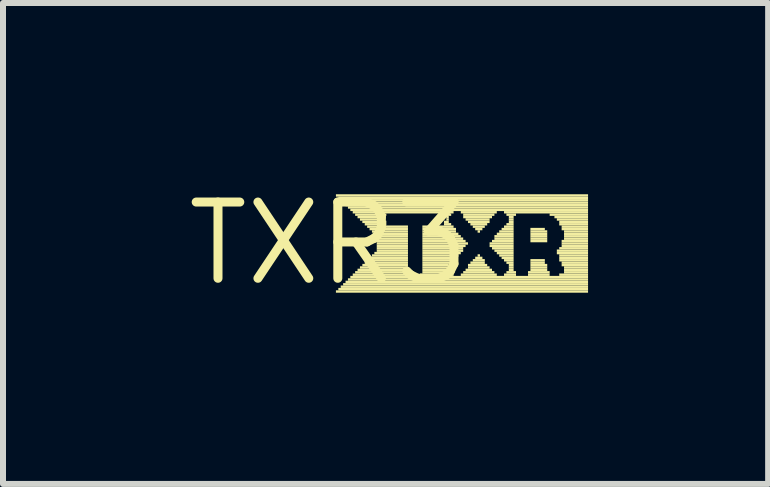
<source format=kicad_pcb>
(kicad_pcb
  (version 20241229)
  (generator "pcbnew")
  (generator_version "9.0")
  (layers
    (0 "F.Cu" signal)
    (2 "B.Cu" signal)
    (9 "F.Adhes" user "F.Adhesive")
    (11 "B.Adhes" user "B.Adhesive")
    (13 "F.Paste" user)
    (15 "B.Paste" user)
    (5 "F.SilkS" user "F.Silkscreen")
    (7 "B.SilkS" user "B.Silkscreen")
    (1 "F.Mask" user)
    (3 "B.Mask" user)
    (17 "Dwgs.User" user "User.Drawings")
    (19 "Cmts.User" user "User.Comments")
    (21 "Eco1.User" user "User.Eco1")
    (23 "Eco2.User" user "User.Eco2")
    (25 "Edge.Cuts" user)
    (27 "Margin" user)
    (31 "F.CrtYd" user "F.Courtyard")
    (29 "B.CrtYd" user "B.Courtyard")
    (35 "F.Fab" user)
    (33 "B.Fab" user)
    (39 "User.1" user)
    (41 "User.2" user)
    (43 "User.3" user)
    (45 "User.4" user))
  (footprint "TXR3"
    (layer "F.Cu")
    (at 2.426 1.006)
    (property "Reference" "TXR3" (at 0 0 0) (layer "F.SilkS") (effects (font (size 1.27 1.27) (thickness 0.15))))
    (attr through_hole)
    (fp_poly (pts (xy 0.12 -0.78) (xy 4.32 -0.78) (xy 4.32 -0.82) (xy 0.12 -0.82)) (stroke (width 0) (type solid)) (fill yes) (layer "F.SilkS"))
    (fp_poly (pts (xy 0.12 0.82) (xy 4.32 0.82) (xy 4.32 0.78) (xy 0.12 0.78)) (stroke (width 0) (type solid)) (fill yes) (layer "F.SilkS"))
    (fp_poly (pts (xy 0.16 -0.74) (xy 4.32 -0.74) (xy 4.32 -0.78) (xy 0.16 -0.78)) (stroke (width 0) (type solid)) (fill yes) (layer "F.SilkS"))
    (fp_poly (pts (xy 0.16 0.78) (xy 4.32 0.78) (xy 4.32 0.74) (xy 0.16 0.74)) (stroke (width 0) (type solid)) (fill yes) (layer "F.SilkS"))
    (fp_poly (pts (xy 0.2 -0.7) (xy 4.32 -0.7) (xy 4.32 -0.74) (xy 0.2 -0.74)) (stroke (width 0) (type solid)) (fill yes) (layer "F.SilkS"))
    (fp_poly (pts (xy 0.2 0.74) (xy 4.32 0.74) (xy 4.32 0.7) (xy 0.2 0.7)) (stroke (width 0) (type solid)) (fill yes) (layer "F.SilkS"))
    (fp_poly (pts (xy 0.24 -0.66) (xy 4.32 -0.66) (xy 4.32 -0.7) (xy 0.24 -0.7)) (stroke (width 0) (type solid)) (fill yes) (layer "F.SilkS"))
    (fp_poly (pts (xy 0.24 0.7) (xy 4.32 0.7) (xy 4.32 0.66) (xy 0.24 0.66)) (stroke (width 0) (type solid)) (fill yes) (layer "F.SilkS"))
    (fp_poly (pts (xy 0.28 -0.62) (xy 4.32 -0.62) (xy 4.32 -0.66) (xy 0.28 -0.66)) (stroke (width 0) (type solid)) (fill yes) (layer "F.SilkS"))
    (fp_poly (pts (xy 0.28 0.66) (xy 4.32 0.66) (xy 4.32 0.62) (xy 0.28 0.62)) (stroke (width 0) (type solid)) (fill yes) (layer "F.SilkS"))
    (fp_poly (pts (xy 0.32 -0.58) (xy 4.32 -0.58) (xy 4.32 -0.62) (xy 0.32 -0.62)) (stroke (width 0) (type solid)) (fill yes) (layer "F.SilkS"))
    (fp_poly (pts (xy 0.32 0.62) (xy 4.32 0.62) (xy 4.32 0.58) (xy 0.32 0.58)) (stroke (width 0) (type solid)) (fill yes) (layer "F.SilkS"))
    (fp_poly (pts (xy 0.36 -0.54) (xy 4.32 -0.54) (xy 4.32 -0.58) (xy 0.36 -0.58)) (stroke (width 0) (type solid)) (fill yes) (layer "F.SilkS"))
    (fp_poly (pts (xy 0.36 0.58) (xy 4.32 0.58) (xy 4.32 0.54) (xy 0.36 0.54)) (stroke (width 0) (type solid)) (fill yes) (layer "F.SilkS"))
    (fp_poly (pts (xy 0.4 -0.5) (xy 2.08 -0.5) (xy 2.08 -0.54) (xy 0.4 -0.54)) (stroke (width 0) (type solid)) (fill yes) (layer "F.SilkS"))
    (fp_poly (pts (xy 0.4 0.54) (xy 1.36 0.54) (xy 1.36 0.5) (xy 0.4 0.5)) (stroke (width 0) (type solid)) (fill yes) (layer "F.SilkS"))
    (fp_poly (pts (xy 0.44 -0.46) (xy 0.96 -0.46) (xy 0.96 -0.5) (xy 0.44 -0.5)) (stroke (width 0) (type solid)) (fill yes) (layer "F.SilkS"))
    (fp_poly (pts (xy 0.44 0.5) (xy 1.32 0.5) (xy 1.32 0.46) (xy 0.44 0.46)) (stroke (width 0) (type solid)) (fill yes) (layer "F.SilkS"))
    (fp_poly (pts (xy 0.48 -0.42) (xy 0.92 -0.42) (xy 0.92 -0.46) (xy 0.48 -0.46)) (stroke (width 0) (type solid)) (fill yes) (layer "F.SilkS"))
    (fp_poly (pts (xy 0.48 0.46) (xy 1.32 0.46) (xy 1.32 0.42) (xy 0.48 0.42)) (stroke (width 0) (type solid)) (fill yes) (layer "F.SilkS"))
    (fp_poly (pts (xy 0.52 -0.38) (xy 0.92 -0.38) (xy 0.92 -0.42) (xy 0.52 -0.42)) (stroke (width 0) (type solid)) (fill yes) (layer "F.SilkS"))
    (fp_poly (pts (xy 0.52 0.42) (xy 1.32 0.42) (xy 1.32 0.38) (xy 0.52 0.38)) (stroke (width 0) (type solid)) (fill yes) (layer "F.SilkS"))
    (fp_poly (pts (xy 0.56 -0.34) (xy 0.96 -0.34) (xy 0.96 -0.38) (xy 0.56 -0.38)) (stroke (width 0) (type solid)) (fill yes) (layer "F.SilkS"))
    (fp_poly (pts (xy 0.56 0.38) (xy 1.32 0.38) (xy 1.32 0.34) (xy 0.56 0.34)) (stroke (width 0) (type solid)) (fill yes) (layer "F.SilkS"))
    (fp_poly (pts (xy 0.6 -0.3) (xy 0.96 -0.3) (xy 0.96 -0.34) (xy 0.6 -0.34)) (stroke (width 0) (type solid)) (fill yes) (layer "F.SilkS"))
    (fp_poly (pts (xy 0.6 0.34) (xy 1.32 0.34) (xy 1.32 0.3) (xy 0.6 0.3)) (stroke (width 0) (type solid)) (fill yes) (layer "F.SilkS"))
    (fp_poly (pts (xy 0.64 -0.26) (xy 1.32 -0.26) (xy 1.32 -0.3) (xy 0.64 -0.3)) (stroke (width 0) (type solid)) (fill yes) (layer "F.SilkS"))
    (fp_poly (pts (xy 0.64 0.3) (xy 1.32 0.3) (xy 1.32 0.26) (xy 0.64 0.26)) (stroke (width 0) (type solid)) (fill yes) (layer "F.SilkS"))
    (fp_poly (pts (xy 0.68 -0.22) (xy 1.32 -0.22) (xy 1.32 -0.26) (xy 0.68 -0.26)) (stroke (width 0) (type solid)) (fill yes) (layer "F.SilkS"))
    (fp_poly (pts (xy 0.68 0.26) (xy 1.32 0.26) (xy 1.32 0.22) (xy 0.68 0.22)) (stroke (width 0) (type solid)) (fill yes) (layer "F.SilkS"))
    (fp_poly (pts (xy 0.72 -0.18) (xy 1.32 -0.18) (xy 1.32 -0.22) (xy 0.72 -0.22)) (stroke (width 0) (type solid)) (fill yes) (layer "F.SilkS"))
    (fp_poly (pts (xy 0.72 0.22) (xy 1.32 0.22) (xy 1.32 0.18) (xy 0.72 0.18)) (stroke (width 0) (type solid)) (fill yes) (layer "F.SilkS"))
    (fp_poly (pts (xy 0.76 -0.14) (xy 1.32 -0.14) (xy 1.32 -0.18) (xy 0.76 -0.18)) (stroke (width 0) (type solid)) (fill yes) (layer "F.SilkS"))
    (fp_poly (pts (xy 0.76 0.18) (xy 1.32 0.18) (xy 1.32 0.14) (xy 0.76 0.14)) (stroke (width 0) (type solid)) (fill yes) (layer "F.SilkS"))
    (fp_poly (pts (xy 0.8 -0.1) (xy 1.32 -0.1) (xy 1.32 -0.14) (xy 0.8 -0.14)) (stroke (width 0) (type solid)) (fill yes) (layer "F.SilkS"))
    (fp_poly (pts (xy 0.8 -0.06) (xy 1.32 -0.06) (xy 1.32 -0.1) (xy 0.8 -0.1)) (stroke (width 0) (type solid)) (fill yes) (layer "F.SilkS"))
    (fp_poly (pts (xy 0.8 -0.02) (xy 1.32 -0.02) (xy 1.32 -0.06) (xy 0.8 -0.06)) (stroke (width 0) (type solid)) (fill yes) (layer "F.SilkS"))
    (fp_poly (pts (xy 0.8 0.02) (xy 1.32 0.02) (xy 1.32 -0.02) (xy 0.8 -0.02)) (stroke (width 0) (type solid)) (fill yes) (layer "F.SilkS"))
    (fp_poly (pts (xy 0.8 0.06) (xy 1.32 0.06) (xy 1.32 0.02) (xy 0.8 0.02)) (stroke (width 0) (type solid)) (fill yes) (layer "F.SilkS"))
    (fp_poly (pts (xy 0.8 0.1) (xy 1.32 0.1) (xy 1.32 0.06) (xy 0.8 0.06)) (stroke (width 0) (type solid)) (fill yes) (layer "F.SilkS"))
    (fp_poly (pts (xy 0.8 0.14) (xy 1.32 0.14) (xy 1.32 0.1) (xy 0.8 0.1)) (stroke (width 0) (type solid)) (fill yes) (layer "F.SilkS"))
    (fp_poly (pts (xy 1.52 0.54) (xy 2.08 0.54) (xy 2.08 0.5) (xy 1.52 0.5)) (stroke (width 0) (type solid)) (fill yes) (layer "F.SilkS"))
    (fp_poly (pts (xy 1.56 -0.26) (xy 2.08 -0.26) (xy 2.08 -0.3) (xy 1.56 -0.3)) (stroke (width 0) (type solid)) (fill yes) (layer "F.SilkS"))
    (fp_poly (pts (xy 1.56 -0.22) (xy 2.12 -0.22) (xy 2.12 -0.26) (xy 1.56 -0.26)) (stroke (width 0) (type solid)) (fill yes) (layer "F.SilkS"))
    (fp_poly (pts (xy 1.56 -0.18) (xy 2.12 -0.18) (xy 2.12 -0.22) (xy 1.56 -0.22)) (stroke (width 0) (type solid)) (fill yes) (layer "F.SilkS"))
    (fp_poly (pts (xy 1.56 -0.14) (xy 2.16 -0.14) (xy 2.16 -0.18) (xy 1.56 -0.18)) (stroke (width 0) (type solid)) (fill yes) (layer "F.SilkS"))
    (fp_poly (pts (xy 1.56 -0.1) (xy 2.2 -0.1) (xy 2.2 -0.14) (xy 1.56 -0.14)) (stroke (width 0) (type solid)) (fill yes) (layer "F.SilkS"))
    (fp_poly (pts (xy 1.56 -0.06) (xy 2.24 -0.06) (xy 2.24 -0.1) (xy 1.56 -0.1)) (stroke (width 0) (type solid)) (fill yes) (layer "F.SilkS"))
    (fp_poly (pts (xy 1.56 -0.02) (xy 2.28 -0.02) (xy 2.28 -0.06) (xy 1.56 -0.06)) (stroke (width 0) (type solid)) (fill yes) (layer "F.SilkS"))
    (fp_poly (pts (xy 1.56 0.02) (xy 2.32 0.02) (xy 2.32 -0.02) (xy 1.56 -0.02)) (stroke (width 0) (type solid)) (fill yes) (layer "F.SilkS"))
    (fp_poly (pts (xy 1.56 0.06) (xy 2.28 0.06) (xy 2.28 0.02) (xy 1.56 0.02)) (stroke (width 0) (type solid)) (fill yes) (layer "F.SilkS"))
    (fp_poly (pts (xy 1.56 0.1) (xy 2.24 0.1) (xy 2.24 0.06) (xy 1.56 0.06)) (stroke (width 0) (type solid)) (fill yes) (layer "F.SilkS"))
    (fp_poly (pts (xy 1.56 0.14) (xy 2.24 0.14) (xy 2.24 0.1) (xy 1.56 0.1)) (stroke (width 0) (type solid)) (fill yes) (layer "F.SilkS"))
    (fp_poly (pts (xy 1.56 0.18) (xy 2.2 0.18) (xy 2.2 0.14) (xy 1.56 0.14)) (stroke (width 0) (type solid)) (fill yes) (layer "F.SilkS"))
    (fp_poly (pts (xy 1.56 0.22) (xy 2.16 0.22) (xy 2.16 0.18) (xy 1.56 0.18)) (stroke (width 0) (type solid)) (fill yes) (layer "F.SilkS"))
    (fp_poly (pts (xy 1.56 0.26) (xy 2.12 0.26) (xy 2.12 0.22) (xy 1.56 0.22)) (stroke (width 0) (type solid)) (fill yes) (layer "F.SilkS"))
    (fp_poly (pts (xy 1.56 0.3) (xy 2.08 0.3) (xy 2.08 0.26) (xy 1.56 0.26)) (stroke (width 0) (type solid)) (fill yes) (layer "F.SilkS"))
    (fp_poly (pts (xy 1.56 0.34) (xy 2.04 0.34) (xy 2.04 0.3) (xy 1.56 0.3)) (stroke (width 0) (type solid)) (fill yes) (layer "F.SilkS"))
    (fp_poly (pts (xy 1.56 0.38) (xy 2 0.38) (xy 2 0.34) (xy 1.56 0.34)) (stroke (width 0) (type solid)) (fill yes) (layer "F.SilkS"))
    (fp_poly (pts (xy 1.56 0.42) (xy 2 0.42) (xy 2 0.38) (xy 1.56 0.38)) (stroke (width 0) (type solid)) (fill yes) (layer "F.SilkS"))
    (fp_poly (pts (xy 1.56 0.46) (xy 2 0.46) (xy 2 0.42) (xy 1.56 0.42)) (stroke (width 0) (type solid)) (fill yes) (layer "F.SilkS"))
    (fp_poly (pts (xy 1.56 0.5) (xy 2 0.5) (xy 2 0.46) (xy 1.56 0.46)) (stroke (width 0) (type solid)) (fill yes) (layer "F.SilkS"))
    (fp_poly (pts (xy 1.92 -0.46) (xy 2.04 -0.46) (xy 2.04 -0.5) (xy 1.92 -0.5)) (stroke (width 0) (type solid)) (fill yes) (layer "F.SilkS"))
    (fp_poly (pts (xy 1.92 -0.34) (xy 2 -0.34) (xy 2 -0.38) (xy 1.92 -0.38)) (stroke (width 0) (type solid)) (fill yes) (layer "F.SilkS"))
    (fp_poly (pts (xy 1.92 -0.3) (xy 2.04 -0.3) (xy 2.04 -0.34) (xy 1.92 -0.34)) (stroke (width 0) (type solid)) (fill yes) (layer "F.SilkS"))
    (fp_poly (pts (xy 1.96 -0.42) (xy 2 -0.42) (xy 2 -0.46) (xy 1.96 -0.46)) (stroke (width 0) (type solid)) (fill yes) (layer "F.SilkS"))
    (fp_poly (pts (xy 1.96 -0.38) (xy 2 -0.38) (xy 2 -0.42) (xy 1.96 -0.42)) (stroke (width 0) (type solid)) (fill yes) (layer "F.SilkS"))
    (fp_poly (pts (xy 2.2 -0.5) (xy 2.8 -0.5) (xy 2.8 -0.54) (xy 2.2 -0.54)) (stroke (width 0) (type solid)) (fill yes) (layer "F.SilkS"))
    (fp_poly (pts (xy 2.2 0.54) (xy 2.8 0.54) (xy 2.8 0.5) (xy 2.2 0.5)) (stroke (width 0) (type solid)) (fill yes) (layer "F.SilkS"))
    (fp_poly (pts (xy 2.24 -0.46) (xy 2.76 -0.46) (xy 2.76 -0.5) (xy 2.24 -0.5)) (stroke (width 0) (type solid)) (fill yes) (layer "F.SilkS"))
    (fp_poly (pts (xy 2.24 -0.42) (xy 2.72 -0.42) (xy 2.72 -0.46) (xy 2.24 -0.46)) (stroke (width 0) (type solid)) (fill yes) (layer "F.SilkS"))
    (fp_poly (pts (xy 2.24 0.5) (xy 2.76 0.5) (xy 2.76 0.46) (xy 2.24 0.46)) (stroke (width 0) (type solid)) (fill yes) (layer "F.SilkS"))
    (fp_poly (pts (xy 2.28 -0.38) (xy 2.68 -0.38) (xy 2.68 -0.42) (xy 2.28 -0.42)) (stroke (width 0) (type solid)) (fill yes) (layer "F.SilkS"))
    (fp_poly (pts (xy 2.28 0.46) (xy 2.72 0.46) (xy 2.72 0.42) (xy 2.28 0.42)) (stroke (width 0) (type solid)) (fill yes) (layer "F.SilkS"))
    (fp_poly (pts (xy 2.32 -0.34) (xy 2.68 -0.34) (xy 2.68 -0.38) (xy 2.32 -0.38)) (stroke (width 0) (type solid)) (fill yes) (layer "F.SilkS"))
    (fp_poly (pts (xy 2.32 0.38) (xy 2.64 0.38) (xy 2.64 0.34) (xy 2.32 0.34)) (stroke (width 0) (type solid)) (fill yes) (layer "F.SilkS"))
    (fp_poly (pts (xy 2.32 0.42) (xy 2.68 0.42) (xy 2.68 0.38) (xy 2.32 0.38)) (stroke (width 0) (type solid)) (fill yes) (layer "F.SilkS"))
    (fp_poly (pts (xy 2.36 -0.3) (xy 2.64 -0.3) (xy 2.64 -0.34) (xy 2.36 -0.34)) (stroke (width 0) (type solid)) (fill yes) (layer "F.SilkS"))
    (fp_poly (pts (xy 2.36 0.34) (xy 2.6 0.34) (xy 2.6 0.3) (xy 2.36 0.3)) (stroke (width 0) (type solid)) (fill yes) (layer "F.SilkS"))
    (fp_poly (pts (xy 2.4 -0.26) (xy 2.6 -0.26) (xy 2.6 -0.3) (xy 2.4 -0.3)) (stroke (width 0) (type solid)) (fill yes) (layer "F.SilkS"))
    (fp_poly (pts (xy 2.4 0.3) (xy 2.6 0.3) (xy 2.6 0.26) (xy 2.4 0.26)) (stroke (width 0) (type solid)) (fill yes) (layer "F.SilkS"))
    (fp_poly (pts (xy 2.44 -0.22) (xy 2.56 -0.22) (xy 2.56 -0.26) (xy 2.44 -0.26)) (stroke (width 0) (type solid)) (fill yes) (layer "F.SilkS"))
    (fp_poly (pts (xy 2.44 0.26) (xy 2.56 0.26) (xy 2.56 0.22) (xy 2.44 0.22)) (stroke (width 0) (type solid)) (fill yes) (layer "F.SilkS"))
    (fp_poly (pts (xy 2.48 -0.18) (xy 2.52 -0.18) (xy 2.52 -0.22) (xy 2.48 -0.22)) (stroke (width 0) (type solid)) (fill yes) (layer "F.SilkS"))
    (fp_poly (pts (xy 2.48 0.22) (xy 2.52 0.22) (xy 2.52 0.18) (xy 2.48 0.18)) (stroke (width 0) (type solid)) (fill yes) (layer "F.SilkS"))
    (fp_poly (pts (xy 2.68 0.02) (xy 3.08 0.02) (xy 3.08 -0.02) (xy 2.68 -0.02)) (stroke (width 0) (type solid)) (fill yes) (layer "F.SilkS"))
    (fp_poly (pts (xy 2.68 0.06) (xy 3.08 0.06) (xy 3.08 0.02) (xy 2.68 0.02)) (stroke (width 0) (type solid)) (fill yes) (layer "F.SilkS"))
    (fp_poly (pts (xy 2.72 -0.02) (xy 3.08 -0.02) (xy 3.08 -0.06) (xy 2.72 -0.06)) (stroke (width 0) (type solid)) (fill yes) (layer "F.SilkS"))
    (fp_poly (pts (xy 2.72 0.1) (xy 3.08 0.1) (xy 3.08 0.06) (xy 2.72 0.06)) (stroke (width 0) (type solid)) (fill yes) (layer "F.SilkS"))
    (fp_poly (pts (xy 2.76 -0.1) (xy 3.08 -0.1) (xy 3.08 -0.14) (xy 2.76 -0.14)) (stroke (width 0) (type solid)) (fill yes) (layer "F.SilkS"))
    (fp_poly (pts (xy 2.76 -0.06) (xy 3.08 -0.06) (xy 3.08 -0.1) (xy 2.76 -0.1)) (stroke (width 0) (type solid)) (fill yes) (layer "F.SilkS"))
    (fp_poly (pts (xy 2.76 0.14) (xy 3.08 0.14) (xy 3.08 0.1) (xy 2.76 0.1)) (stroke (width 0) (type solid)) (fill yes) (layer "F.SilkS"))
    (fp_poly (pts (xy 2.8 -0.14) (xy 3.08 -0.14) (xy 3.08 -0.18) (xy 2.8 -0.18)) (stroke (width 0) (type solid)) (fill yes) (layer "F.SilkS"))
    (fp_poly (pts (xy 2.8 0.18) (xy 3.08 0.18) (xy 3.08 0.14) (xy 2.8 0.14)) (stroke (width 0) (type solid)) (fill yes) (layer "F.SilkS"))
    (fp_poly (pts (xy 2.84 -0.18) (xy 3.08 -0.18) (xy 3.08 -0.22) (xy 2.84 -0.22)) (stroke (width 0) (type solid)) (fill yes) (layer "F.SilkS"))
    (fp_poly (pts (xy 2.84 0.22) (xy 3.08 0.22) (xy 3.08 0.18) (xy 2.84 0.18)) (stroke (width 0) (type solid)) (fill yes) (layer "F.SilkS"))
    (fp_poly (pts (xy 2.88 -0.22) (xy 3.08 -0.22) (xy 3.08 -0.26) (xy 2.88 -0.26)) (stroke (width 0) (type solid)) (fill yes) (layer "F.SilkS"))
    (fp_poly (pts (xy 2.88 0.26) (xy 3.08 0.26) (xy 3.08 0.22) (xy 2.88 0.22)) (stroke (width 0) (type solid)) (fill yes) (layer "F.SilkS"))
    (fp_poly (pts (xy 2.92 -0.5) (xy 4.32 -0.5) (xy 4.32 -0.54) (xy 2.92 -0.54)) (stroke (width 0) (type solid)) (fill yes) (layer "F.SilkS"))
    (fp_poly (pts (xy 2.92 -0.26) (xy 3.08 -0.26) (xy 3.08 -0.3) (xy 2.92 -0.3)) (stroke (width 0) (type solid)) (fill yes) (layer "F.SilkS"))
    (fp_poly (pts (xy 2.92 0.3) (xy 3.08 0.3) (xy 3.08 0.26) (xy 2.92 0.26)) (stroke (width 0) (type solid)) (fill yes) (layer "F.SilkS"))
    (fp_poly (pts (xy 2.92 0.54) (xy 3.12 0.54) (xy 3.12 0.5) (xy 2.92 0.5)) (stroke (width 0) (type solid)) (fill yes) (layer "F.SilkS"))
    (fp_poly (pts (xy 2.96 -0.46) (xy 3.12 -0.46) (xy 3.12 -0.5) (xy 2.96 -0.5)) (stroke (width 0) (type solid)) (fill yes) (layer "F.SilkS"))
    (fp_poly (pts (xy 2.96 -0.3) (xy 3.08 -0.3) (xy 3.08 -0.34) (xy 2.96 -0.34)) (stroke (width 0) (type solid)) (fill yes) (layer "F.SilkS"))
    (fp_poly (pts (xy 2.96 0.34) (xy 3.08 0.34) (xy 3.08 0.3) (xy 2.96 0.3)) (stroke (width 0) (type solid)) (fill yes) (layer "F.SilkS"))
    (fp_poly (pts (xy 2.96 0.5) (xy 3.12 0.5) (xy 3.12 0.46) (xy 2.96 0.46)) (stroke (width 0) (type solid)) (fill yes) (layer "F.SilkS"))
    (fp_poly (pts (xy 3 -0.42) (xy 3.08 -0.42) (xy 3.08 -0.46) (xy 3 -0.46)) (stroke (width 0) (type solid)) (fill yes) (layer "F.SilkS"))
    (fp_poly (pts (xy 3 -0.38) (xy 3.08 -0.38) (xy 3.08 -0.42) (xy 3 -0.42)) (stroke (width 0) (type solid)) (fill yes) (layer "F.SilkS"))
    (fp_poly (pts (xy 3 -0.34) (xy 3.08 -0.34) (xy 3.08 -0.38) (xy 3 -0.38)) (stroke (width 0) (type solid)) (fill yes) (layer "F.SilkS"))
    (fp_poly (pts (xy 3 0.38) (xy 3.08 0.38) (xy 3.08 0.34) (xy 3 0.34)) (stroke (width 0) (type solid)) (fill yes) (layer "F.SilkS"))
    (fp_poly (pts (xy 3 0.42) (xy 3.08 0.42) (xy 3.08 0.38) (xy 3 0.38)) (stroke (width 0) (type solid)) (fill yes) (layer "F.SilkS"))
    (fp_poly (pts (xy 3 0.46) (xy 3.08 0.46) (xy 3.08 0.42) (xy 3 0.42)) (stroke (width 0) (type solid)) (fill yes) (layer "F.SilkS"))
    (fp_poly (pts (xy 3.32 0.5) (xy 3.68 0.5) (xy 3.68 0.46) (xy 3.32 0.46)) (stroke (width 0) (type solid)) (fill yes) (layer "F.SilkS"))
    (fp_poly (pts (xy 3.32 0.54) (xy 3.68 0.54) (xy 3.68 0.5) (xy 3.32 0.5)) (stroke (width 0) (type solid)) (fill yes) (layer "F.SilkS"))
    (fp_poly (pts (xy 3.36 -0.22) (xy 3.6 -0.22) (xy 3.6 -0.26) (xy 3.36 -0.26)) (stroke (width 0) (type solid)) (fill yes) (layer "F.SilkS"))
    (fp_poly (pts (xy 3.36 -0.18) (xy 3.64 -0.18) (xy 3.64 -0.22) (xy 3.36 -0.22)) (stroke (width 0) (type solid)) (fill yes) (layer "F.SilkS"))
    (fp_poly (pts (xy 3.36 -0.14) (xy 3.64 -0.14) (xy 3.64 -0.18) (xy 3.36 -0.18)) (stroke (width 0) (type solid)) (fill yes) (layer "F.SilkS"))
    (fp_poly (pts (xy 3.36 -0.1) (xy 3.64 -0.1) (xy 3.64 -0.14) (xy 3.36 -0.14)) (stroke (width 0) (type solid)) (fill yes) (layer "F.SilkS"))
    (fp_poly (pts (xy 3.36 -0.06) (xy 3.64 -0.06) (xy 3.64 -0.1) (xy 3.36 -0.1)) (stroke (width 0) (type solid)) (fill yes) (layer "F.SilkS"))
    (fp_poly (pts (xy 3.36 -0.02) (xy 3.64 -0.02) (xy 3.64 -0.06) (xy 3.36 -0.06)) (stroke (width 0) (type solid)) (fill yes) (layer "F.SilkS"))
    (fp_poly (pts (xy 3.36 0.3) (xy 3.6 0.3) (xy 3.6 0.26) (xy 3.36 0.26)) (stroke (width 0) (type solid)) (fill yes) (layer "F.SilkS"))
    (fp_poly (pts (xy 3.36 0.34) (xy 3.6 0.34) (xy 3.6 0.3) (xy 3.36 0.3)) (stroke (width 0) (type solid)) (fill yes) (layer "F.SilkS"))
    (fp_poly (pts (xy 3.36 0.38) (xy 3.64 0.38) (xy 3.64 0.34) (xy 3.36 0.34)) (stroke (width 0) (type solid)) (fill yes) (layer "F.SilkS"))
    (fp_poly (pts (xy 3.36 0.42) (xy 3.64 0.42) (xy 3.64 0.38) (xy 3.36 0.38)) (stroke (width 0) (type solid)) (fill yes) (layer "F.SilkS"))
    (fp_poly (pts (xy 3.36 0.46) (xy 3.64 0.46) (xy 3.64 0.42) (xy 3.36 0.42)) (stroke (width 0) (type solid)) (fill yes) (layer "F.SilkS"))
    (fp_poly (pts (xy 3.68 -0.46) (xy 4.32 -0.46) (xy 4.32 -0.5) (xy 3.68 -0.5)) (stroke (width 0) (type solid)) (fill yes) (layer "F.SilkS"))
    (fp_poly (pts (xy 3.76 -0.42) (xy 4.32 -0.42) (xy 4.32 -0.46) (xy 3.76 -0.46)) (stroke (width 0) (type solid)) (fill yes) (layer "F.SilkS"))
    (fp_poly (pts (xy 3.8 -0.38) (xy 4.32 -0.38) (xy 4.32 -0.42) (xy 3.8 -0.42)) (stroke (width 0) (type solid)) (fill yes) (layer "F.SilkS"))
    (fp_poly (pts (xy 3.8 0.14) (xy 4.32 0.14) (xy 4.32 0.1) (xy 3.8 0.1)) (stroke (width 0) (type solid)) (fill yes) (layer "F.SilkS"))
    (fp_poly (pts (xy 3.8 0.18) (xy 4.32 0.18) (xy 4.32 0.14) (xy 3.8 0.14)) (stroke (width 0) (type solid)) (fill yes) (layer "F.SilkS"))
    (fp_poly (pts (xy 3.84 -0.34) (xy 4.32 -0.34) (xy 4.32 -0.38) (xy 3.84 -0.38)) (stroke (width 0) (type solid)) (fill yes) (layer "F.SilkS"))
    (fp_poly (pts (xy 3.84 -0.3) (xy 4.32 -0.3) (xy 4.32 -0.34) (xy 3.84 -0.34)) (stroke (width 0) (type solid)) (fill yes) (layer "F.SilkS"))
    (fp_poly (pts (xy 3.84 0.1) (xy 4.32 0.1) (xy 4.32 0.06) (xy 3.84 0.06)) (stroke (width 0) (type solid)) (fill yes) (layer "F.SilkS"))
    (fp_poly (pts (xy 3.84 0.22) (xy 4.32 0.22) (xy 4.32 0.18) (xy 3.84 0.18)) (stroke (width 0) (type solid)) (fill yes) (layer "F.SilkS"))
    (fp_poly (pts (xy 3.84 0.26) (xy 4.32 0.26) (xy 4.32 0.22) (xy 3.84 0.22)) (stroke (width 0) (type solid)) (fill yes) (layer "F.SilkS"))
    (fp_poly (pts (xy 3.84 0.3) (xy 4.32 0.3) (xy 4.32 0.26) (xy 3.84 0.26)) (stroke (width 0) (type solid)) (fill yes) (layer "F.SilkS"))
    (fp_poly (pts (xy 3.84 0.54) (xy 4.32 0.54) (xy 4.32 0.5) (xy 3.84 0.5)) (stroke (width 0) (type solid)) (fill yes) (layer "F.SilkS"))
    (fp_poly (pts (xy 3.88 -0.26) (xy 4.32 -0.26) (xy 4.32 -0.3) (xy 3.88 -0.3)) (stroke (width 0) (type solid)) (fill yes) (layer "F.SilkS"))
    (fp_poly (pts (xy 3.88 -0.22) (xy 4.32 -0.22) (xy 4.32 -0.26) (xy 3.88 -0.26)) (stroke (width 0) (type solid)) (fill yes) (layer "F.SilkS"))
    (fp_poly (pts (xy 3.88 -0.02) (xy 4.32 -0.02) (xy 4.32 -0.06) (xy 3.88 -0.06)) (stroke (width 0) (type solid)) (fill yes) (layer "F.SilkS"))
    (fp_poly (pts (xy 3.88 0.02) (xy 4.32 0.02) (xy 4.32 -0.02) (xy 3.88 -0.02)) (stroke (width 0) (type solid)) (fill yes) (layer "F.SilkS"))
    (fp_poly (pts (xy 3.88 0.06) (xy 4.32 0.06) (xy 4.32 0.02) (xy 3.88 0.02)) (stroke (width 0) (type solid)) (fill yes) (layer "F.SilkS"))
    (fp_poly (pts (xy 3.88 0.34) (xy 4.32 0.34) (xy 4.32 0.3) (xy 3.88 0.3)) (stroke (width 0) (type solid)) (fill yes) (layer "F.SilkS"))
    (fp_poly (pts (xy 3.88 0.38) (xy 4.32 0.38) (xy 4.32 0.34) (xy 3.88 0.34)) (stroke (width 0) (type solid)) (fill yes) (layer "F.SilkS"))
    (fp_poly (pts (xy 3.92 -0.18) (xy 4.32 -0.18) (xy 4.32 -0.22) (xy 3.92 -0.22)) (stroke (width 0) (type solid)) (fill yes) (layer "F.SilkS"))
    (fp_poly (pts (xy 3.92 -0.14) (xy 4.32 -0.14) (xy 4.32 -0.18) (xy 3.92 -0.18)) (stroke (width 0) (type solid)) (fill yes) (layer "F.SilkS"))
    (fp_poly (pts (xy 3.92 -0.1) (xy 4.32 -0.1) (xy 4.32 -0.14) (xy 3.92 -0.14)) (stroke (width 0) (type solid)) (fill yes) (layer "F.SilkS"))
    (fp_poly (pts (xy 3.92 -0.06) (xy 4.32 -0.06) (xy 4.32 -0.1) (xy 3.92 -0.1)) (stroke (width 0) (type solid)) (fill yes) (layer "F.SilkS"))
    (fp_poly (pts (xy 3.92 0.42) (xy 4.32 0.42) (xy 4.32 0.38) (xy 3.92 0.38)) (stroke (width 0) (type solid)) (fill yes) (layer "F.SilkS"))
    (fp_poly (pts (xy 3.92 0.46) (xy 4.32 0.46) (xy 4.32 0.42) (xy 3.92 0.42)) (stroke (width 0) (type solid)) (fill yes) (layer "F.SilkS"))
    (fp_poly (pts (xy 3.92 0.5) (xy 4.32 0.5) (xy 4.32 0.46) (xy 3.92 0.46)) (stroke (width 0) (type solid)) (fill yes) (layer "F.SilkS")))
  (gr_rect
    (start -3 -3)
    (end 9.746 5.012)
    (stroke (width 0.1) (type default))
    (fill no)
    (layer "Edge.Cuts")))
</source>
